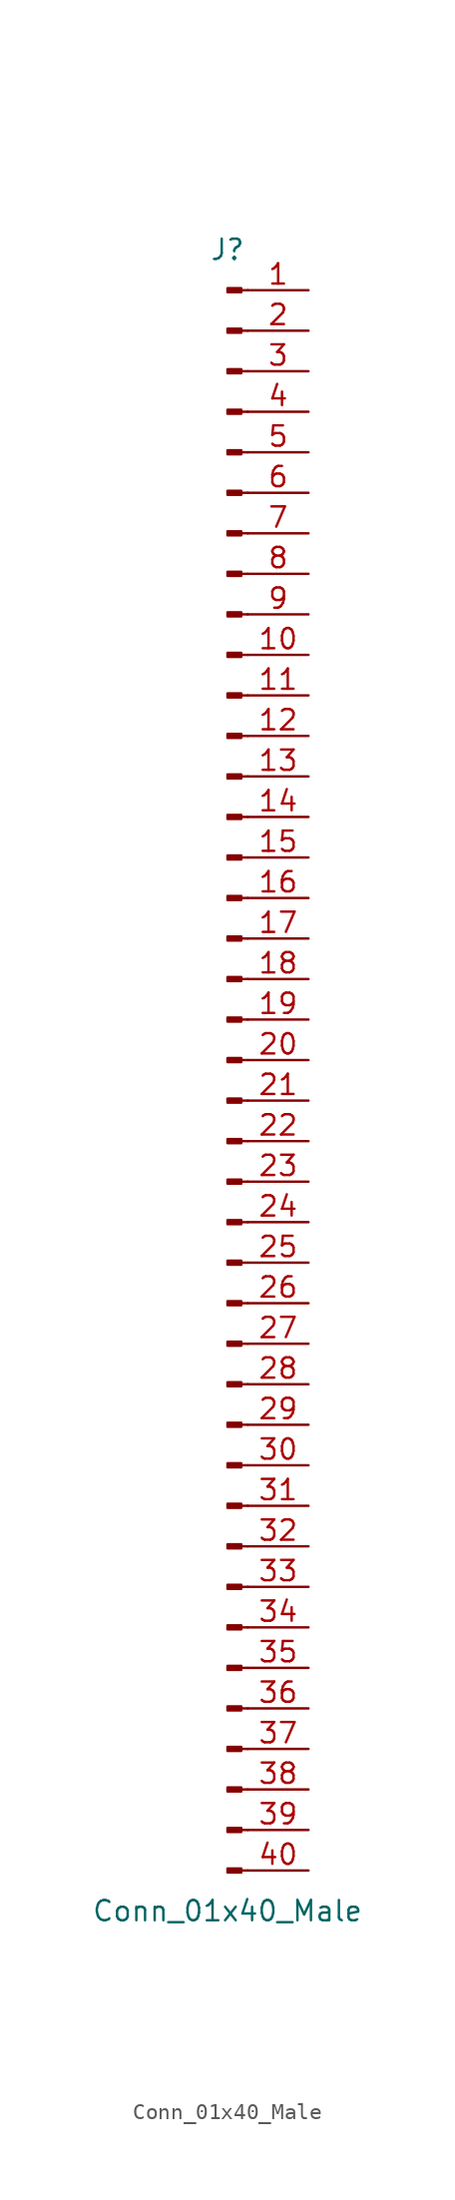
<source format=kicad_sym>
(kicad_symbol_lib
  (version 20220914)
  (generator kicad_symbol_editor)
  (symbol "Conn_01x40_Male"
    (pin_names
      (offset 1.016) hide)
    (property "Reference" "J"
      (at 0 50.8 0)
      (effects (font (size 1.27 1.27))))
    (property "Value" "Conn_01x40_Male"
      (at 0 -53.34 0)
      (effects (font (size 1.27 1.27))))
    (symbol "Conn_01x40_Male_1_1"
      (polyline (pts (xy 1.27 -50.8) (xy 0.864 -50.8)) (stroke (width 0.152) (type default)) (fill (type none)))
      (polyline (pts (xy 1.27 -48.26) (xy 0.864 -48.26)) (stroke (width 0.152) (type default)) (fill (type none)))
      (polyline (pts (xy 1.27 -45.72) (xy 0.864 -45.72)) (stroke (width 0.152) (type default)) (fill (type none)))
      (polyline (pts (xy 1.27 -43.18) (xy 0.864 -43.18)) (stroke (width 0.152) (type default)) (fill (type none)))
      (polyline (pts (xy 1.27 -40.64) (xy 0.864 -40.64)) (stroke (width 0.152) (type default)) (fill (type none)))
      (polyline (pts (xy 1.27 -38.1) (xy 0.864 -38.1)) (stroke (width 0.152) (type default)) (fill (type none)))
      (polyline (pts (xy 1.27 -35.56) (xy 0.864 -35.56)) (stroke (width 0.152) (type default)) (fill (type none)))
      (polyline (pts (xy 1.27 -33.02) (xy 0.864 -33.02)) (stroke (width 0.152) (type default)) (fill (type none)))
      (polyline (pts (xy 1.27 -30.48) (xy 0.864 -30.48)) (stroke (width 0.152) (type default)) (fill (type none)))
      (polyline (pts (xy 1.27 -27.94) (xy 0.864 -27.94)) (stroke (width 0.152) (type default)) (fill (type none)))
      (polyline (pts (xy 1.27 -25.4) (xy 0.864 -25.4)) (stroke (width 0.152) (type default)) (fill (type none)))
      (polyline (pts (xy 1.27 -22.86) (xy 0.864 -22.86)) (stroke (width 0.152) (type default)) (fill (type none)))
      (polyline (pts (xy 1.27 -20.32) (xy 0.864 -20.32)) (stroke (width 0.152) (type default)) (fill (type none)))
      (polyline (pts (xy 1.27 -17.78) (xy 0.864 -17.78)) (stroke (width 0.152) (type default)) (fill (type none)))
      (polyline (pts (xy 1.27 -15.24) (xy 0.864 -15.24)) (stroke (width 0.152) (type default)) (fill (type none)))
      (polyline (pts (xy 1.27 -12.7) (xy 0.864 -12.7)) (stroke (width 0.152) (type default)) (fill (type none)))
      (polyline (pts (xy 1.27 -10.16) (xy 0.864 -10.16)) (stroke (width 0.152) (type default)) (fill (type none)))
      (polyline (pts (xy 1.27 -7.62) (xy 0.864 -7.62)) (stroke (width 0.152) (type default)) (fill (type none)))
      (polyline (pts (xy 1.27 -5.08) (xy 0.864 -5.08)) (stroke (width 0.152) (type default)) (fill (type none)))
      (polyline (pts (xy 1.27 -2.54) (xy 0.864 -2.54)) (stroke (width 0.152) (type default)) (fill (type none)))
      (polyline (pts (xy 1.27 0) (xy 0.864 0)) (stroke (width 0.152) (type default)) (fill (type none)))
      (polyline (pts (xy 1.27 2.54) (xy 0.864 2.54)) (stroke (width 0.152) (type default)) (fill (type none)))
      (polyline (pts (xy 1.27 5.08) (xy 0.864 5.08)) (stroke (width 0.152) (type default)) (fill (type none)))
      (polyline (pts (xy 1.27 7.62) (xy 0.864 7.62)) (stroke (width 0.152) (type default)) (fill (type none)))
      (polyline (pts (xy 1.27 10.16) (xy 0.864 10.16)) (stroke (width 0.152) (type default)) (fill (type none)))
      (polyline (pts (xy 1.27 12.7) (xy 0.864 12.7)) (stroke (width 0.152) (type default)) (fill (type none)))
      (polyline (pts (xy 1.27 15.24) (xy 0.864 15.24)) (stroke (width 0.152) (type default)) (fill (type none)))
      (polyline (pts (xy 1.27 17.78) (xy 0.864 17.78)) (stroke (width 0.152) (type default)) (fill (type none)))
      (polyline (pts (xy 1.27 20.32) (xy 0.864 20.32)) (stroke (width 0.152) (type default)) (fill (type none)))
      (polyline (pts (xy 1.27 22.86) (xy 0.864 22.86)) (stroke (width 0.152) (type default)) (fill (type none)))
      (polyline (pts (xy 1.27 25.4) (xy 0.864 25.4)) (stroke (width 0.152) (type default)) (fill (type none)))
      (polyline (pts (xy 1.27 27.94) (xy 0.864 27.94)) (stroke (width 0.152) (type default)) (fill (type none)))
      (polyline (pts (xy 1.27 30.48) (xy 0.864 30.48)) (stroke (width 0.152) (type default)) (fill (type none)))
      (polyline (pts (xy 1.27 33.02) (xy 0.864 33.02)) (stroke (width 0.152) (type default)) (fill (type none)))
      (polyline (pts (xy 1.27 35.56) (xy 0.864 35.56)) (stroke (width 0.152) (type default)) (fill (type none)))
      (polyline (pts (xy 1.27 38.1) (xy 0.864 38.1)) (stroke (width 0.152) (type default)) (fill (type none)))
      (polyline (pts (xy 1.27 40.64) (xy 0.864 40.64)) (stroke (width 0.152) (type default)) (fill (type none)))
      (polyline (pts (xy 1.27 43.18) (xy 0.864 43.18)) (stroke (width 0.152) (type default)) (fill (type none)))
      (polyline (pts (xy 1.27 45.72) (xy 0.864 45.72)) (stroke (width 0.152) (type default)) (fill (type none)))
      (polyline (pts (xy 1.27 48.26) (xy 0.864 48.26)) (stroke (width 0.152) (type default)) (fill (type none)))
      (rectangle (start 0.864 -50.673) (end 0 -50.927) (stroke (width 0.152) (type default)) (fill (type outline)))
      (rectangle (start 0.864 -48.133) (end 0 -48.387) (stroke (width 0.152) (type default)) (fill (type outline)))
      (rectangle (start 0.864 -45.593) (end 0 -45.847) (stroke (width 0.152) (type default)) (fill (type outline)))
      (rectangle (start 0.864 -43.053) (end 0 -43.307) (stroke (width 0.152) (type default)) (fill (type outline)))
      (rectangle (start 0.864 -40.513) (end 0 -40.767) (stroke (width 0.152) (type default)) (fill (type outline)))
      (rectangle (start 0.864 -37.973) (end 0 -38.227) (stroke (width 0.152) (type default)) (fill (type outline)))
      (rectangle (start 0.864 -35.433) (end 0 -35.687) (stroke (width 0.152) (type default)) (fill (type outline)))
      (rectangle (start 0.864 -32.893) (end 0 -33.147) (stroke (width 0.152) (type default)) (fill (type outline)))
      (rectangle (start 0.864 -30.353) (end 0 -30.607) (stroke (width 0.152) (type default)) (fill (type outline)))
      (rectangle (start 0.864 -27.813) (end 0 -28.067) (stroke (width 0.152) (type default)) (fill (type outline)))
      (rectangle (start 0.864 -25.273) (end 0 -25.527) (stroke (width 0.152) (type default)) (fill (type outline)))
      (rectangle (start 0.864 -22.733) (end 0 -22.987) (stroke (width 0.152) (type default)) (fill (type outline)))
      (rectangle (start 0.864 -20.193) (end 0 -20.447) (stroke (width 0.152) (type default)) (fill (type outline)))
      (rectangle (start 0.864 -17.653) (end 0 -17.907) (stroke (width 0.152) (type default)) (fill (type outline)))
      (rectangle (start 0.864 -15.113) (end 0 -15.367) (stroke (width 0.152) (type default)) (fill (type outline)))
      (rectangle (start 0.864 -12.573) (end 0 -12.827) (stroke (width 0.152) (type default)) (fill (type outline)))
      (rectangle (start 0.864 -10.033) (end 0 -10.287) (stroke (width 0.152) (type default)) (fill (type outline)))
      (rectangle (start 0.864 -7.493) (end 0 -7.747) (stroke (width 0.152) (type default)) (fill (type outline)))
      (rectangle (start 0.864 -4.953) (end 0 -5.207) (stroke (width 0.152) (type default)) (fill (type outline)))
      (rectangle (start 0.864 -2.413) (end 0 -2.667) (stroke (width 0.152) (type default)) (fill (type outline)))
      (rectangle (start 0.864 0.127) (end 0 -0.127) (stroke (width 0.152) (type default)) (fill (type outline)))
      (rectangle (start 0.864 2.667) (end 0 2.413) (stroke (width 0.152) (type default)) (fill (type outline)))
      (rectangle (start 0.864 5.207) (end 0 4.953) (stroke (width 0.152) (type default)) (fill (type outline)))
      (rectangle (start 0.864 7.747) (end 0 7.493) (stroke (width 0.152) (type default)) (fill (type outline)))
      (rectangle (start 0.864 10.287) (end 0 10.033) (stroke (width 0.152) (type default)) (fill (type outline)))
      (rectangle (start 0.864 12.827) (end 0 12.573) (stroke (width 0.152) (type default)) (fill (type outline)))
      (rectangle (start 0.864 15.367) (end 0 15.113) (stroke (width 0.152) (type default)) (fill (type outline)))
      (rectangle (start 0.864 17.907) (end 0 17.653) (stroke (width 0.152) (type default)) (fill (type outline)))
      (rectangle (start 0.864 20.447) (end 0 20.193) (stroke (width 0.152) (type default)) (fill (type outline)))
      (rectangle (start 0.864 22.987) (end 0 22.733) (stroke (width 0.152) (type default)) (fill (type outline)))
      (rectangle (start 0.864 25.527) (end 0 25.273) (stroke (width 0.152) (type default)) (fill (type outline)))
      (rectangle (start 0.864 28.067) (end 0 27.813) (stroke (width 0.152) (type default)) (fill (type outline)))
      (rectangle (start 0.864 30.607) (end 0 30.353) (stroke (width 0.152) (type default)) (fill (type outline)))
      (rectangle (start 0.864 33.147) (end 0 32.893) (stroke (width 0.152) (type default)) (fill (type outline)))
      (rectangle (start 0.864 35.687) (end 0 35.433) (stroke (width 0.152) (type default)) (fill (type outline)))
      (rectangle (start 0.864 38.227) (end 0 37.973) (stroke (width 0.152) (type default)) (fill (type outline)))
      (rectangle (start 0.864 40.767) (end 0 40.513) (stroke (width 0.152) (type default)) (fill (type outline)))
      (rectangle (start 0.864 43.307) (end 0 43.053) (stroke (width 0.152) (type default)) (fill (type outline)))
      (rectangle (start 0.864 45.847) (end 0 45.593) (stroke (width 0.152) (type default)) (fill (type outline)))
      (rectangle (start 0.864 48.387) (end 0 48.133) (stroke (width 0.152) (type default)) (fill (type outline)))
      (pin passive line (at 5.08 48.26 180) (length 3.81) (name "Pin_1" (effects (font (size 1.27 1.27)))) (number "1" (effects (font (size 1.27 1.27)))))
      (pin passive line (at 5.08 25.4 180) (length 3.81) (name "Pin_10" (effects (font (size 1.27 1.27)))) (number "10" (effects (font (size 1.27 1.27)))))
      (pin passive line (at 5.08 22.86 180) (length 3.81) (name "Pin_11" (effects (font (size 1.27 1.27)))) (number "11" (effects (font (size 1.27 1.27)))))
      (pin passive line (at 5.08 20.32 180) (length 3.81) (name "Pin_12" (effects (font (size 1.27 1.27)))) (number "12" (effects (font (size 1.27 1.27)))))
      (pin passive line (at 5.08 17.78 180) (length 3.81) (name "Pin_13" (effects (font (size 1.27 1.27)))) (number "13" (effects (font (size 1.27 1.27)))))
      (pin passive line (at 5.08 15.24 180) (length 3.81) (name "Pin_14" (effects (font (size 1.27 1.27)))) (number "14" (effects (font (size 1.27 1.27)))))
      (pin passive line (at 5.08 12.7 180) (length 3.81) (name "Pin_15" (effects (font (size 1.27 1.27)))) (number "15" (effects (font (size 1.27 1.27)))))
      (pin passive line (at 5.08 10.16 180) (length 3.81) (name "Pin_16" (effects (font (size 1.27 1.27)))) (number "16" (effects (font (size 1.27 1.27)))))
      (pin passive line (at 5.08 7.62 180) (length 3.81) (name "Pin_17" (effects (font (size 1.27 1.27)))) (number "17" (effects (font (size 1.27 1.27)))))
      (pin passive line (at 5.08 5.08 180) (length 3.81) (name "Pin_18" (effects (font (size 1.27 1.27)))) (number "18" (effects (font (size 1.27 1.27)))))
      (pin passive line (at 5.08 2.54 180) (length 3.81) (name "Pin_19" (effects (font (size 1.27 1.27)))) (number "19" (effects (font (size 1.27 1.27)))))
      (pin passive line (at 5.08 45.72 180) (length 3.81) (name "Pin_2" (effects (font (size 1.27 1.27)))) (number "2" (effects (font (size 1.27 1.27)))))
      (pin passive line (at 5.08 0 180) (length 3.81) (name "Pin_20" (effects (font (size 1.27 1.27)))) (number "20" (effects (font (size 1.27 1.27)))))
      (pin passive line (at 5.08 -2.54 180) (length 3.81) (name "Pin_21" (effects (font (size 1.27 1.27)))) (number "21" (effects (font (size 1.27 1.27)))))
      (pin passive line (at 5.08 -5.08 180) (length 3.81) (name "Pin_22" (effects (font (size 1.27 1.27)))) (number "22" (effects (font (size 1.27 1.27)))))
      (pin passive line (at 5.08 -7.62 180) (length 3.81) (name "Pin_23" (effects (font (size 1.27 1.27)))) (number "23" (effects (font (size 1.27 1.27)))))
      (pin passive line (at 5.08 -10.16 180) (length 3.81) (name "Pin_24" (effects (font (size 1.27 1.27)))) (number "24" (effects (font (size 1.27 1.27)))))
      (pin passive line (at 5.08 -12.7 180) (length 3.81) (name "Pin_25" (effects (font (size 1.27 1.27)))) (number "25" (effects (font (size 1.27 1.27)))))
      (pin passive line (at 5.08 -15.24 180) (length 3.81) (name "Pin_26" (effects (font (size 1.27 1.27)))) (number "26" (effects (font (size 1.27 1.27)))))
      (pin passive line (at 5.08 -17.78 180) (length 3.81) (name "Pin_27" (effects (font (size 1.27 1.27)))) (number "27" (effects (font (size 1.27 1.27)))))
      (pin passive line (at 5.08 -20.32 180) (length 3.81) (name "Pin_28" (effects (font (size 1.27 1.27)))) (number "28" (effects (font (size 1.27 1.27)))))
      (pin passive line (at 5.08 -22.86 180) (length 3.81) (name "Pin_29" (effects (font (size 1.27 1.27)))) (number "29" (effects (font (size 1.27 1.27)))))
      (pin passive line (at 5.08 43.18 180) (length 3.81) (name "Pin_3" (effects (font (size 1.27 1.27)))) (number "3" (effects (font (size 1.27 1.27)))))
      (pin passive line (at 5.08 -25.4 180) (length 3.81) (name "Pin_30" (effects (font (size 1.27 1.27)))) (number "30" (effects (font (size 1.27 1.27)))))
      (pin passive line (at 5.08 -27.94 180) (length 3.81) (name "Pin_31" (effects (font (size 1.27 1.27)))) (number "31" (effects (font (size 1.27 1.27)))))
      (pin passive line (at 5.08 -30.48 180) (length 3.81) (name "Pin_32" (effects (font (size 1.27 1.27)))) (number "32" (effects (font (size 1.27 1.27)))))
      (pin passive line (at 5.08 -33.02 180) (length 3.81) (name "Pin_33" (effects (font (size 1.27 1.27)))) (number "33" (effects (font (size 1.27 1.27)))))
      (pin passive line (at 5.08 -35.56 180) (length 3.81) (name "Pin_34" (effects (font (size 1.27 1.27)))) (number "34" (effects (font (size 1.27 1.27)))))
      (pin passive line (at 5.08 -38.1 180) (length 3.81) (name "Pin_35" (effects (font (size 1.27 1.27)))) (number "35" (effects (font (size 1.27 1.27)))))
      (pin passive line (at 5.08 -40.64 180) (length 3.81) (name "Pin_36" (effects (font (size 1.27 1.27)))) (number "36" (effects (font (size 1.27 1.27)))))
      (pin passive line (at 5.08 -43.18 180) (length 3.81) (name "Pin_37" (effects (font (size 1.27 1.27)))) (number "37" (effects (font (size 1.27 1.27)))))
      (pin passive line (at 5.08 -45.72 180) (length 3.81) (name "Pin_38" (effects (font (size 1.27 1.27)))) (number "38" (effects (font (size 1.27 1.27)))))
      (pin passive line (at 5.08 -48.26 180) (length 3.81) (name "Pin_39" (effects (font (size 1.27 1.27)))) (number "39" (effects (font (size 1.27 1.27)))))
      (pin passive line (at 5.08 40.64 180) (length 3.81) (name "Pin_4" (effects (font (size 1.27 1.27)))) (number "4" (effects (font (size 1.27 1.27)))))
      (pin passive line (at 5.08 -50.8 180) (length 3.81) (name "Pin_40" (effects (font (size 1.27 1.27)))) (number "40" (effects (font (size 1.27 1.27)))))
      (pin passive line (at 5.08 38.1 180) (length 3.81) (name "Pin_5" (effects (font (size 1.27 1.27)))) (number "5" (effects (font (size 1.27 1.27)))))
      (pin passive line (at 5.08 35.56 180) (length 3.81) (name "Pin_6" (effects (font (size 1.27 1.27)))) (number "6" (effects (font (size 1.27 1.27)))))
      (pin passive line (at 5.08 33.02 180) (length 3.81) (name "Pin_7" (effects (font (size 1.27 1.27)))) (number "7" (effects (font (size 1.27 1.27)))))
      (pin passive line (at 5.08 30.48 180) (length 3.81) (name "Pin_8" (effects (font (size 1.27 1.27)))) (number "8" (effects (font (size 1.27 1.27)))))
      (pin passive line (at 5.08 27.94 180) (length 3.81) (name "Pin_9" (effects (font (size 1.27 1.27)))) (number "9" (effects (font (size 1.27 1.27))))))))
</source>
